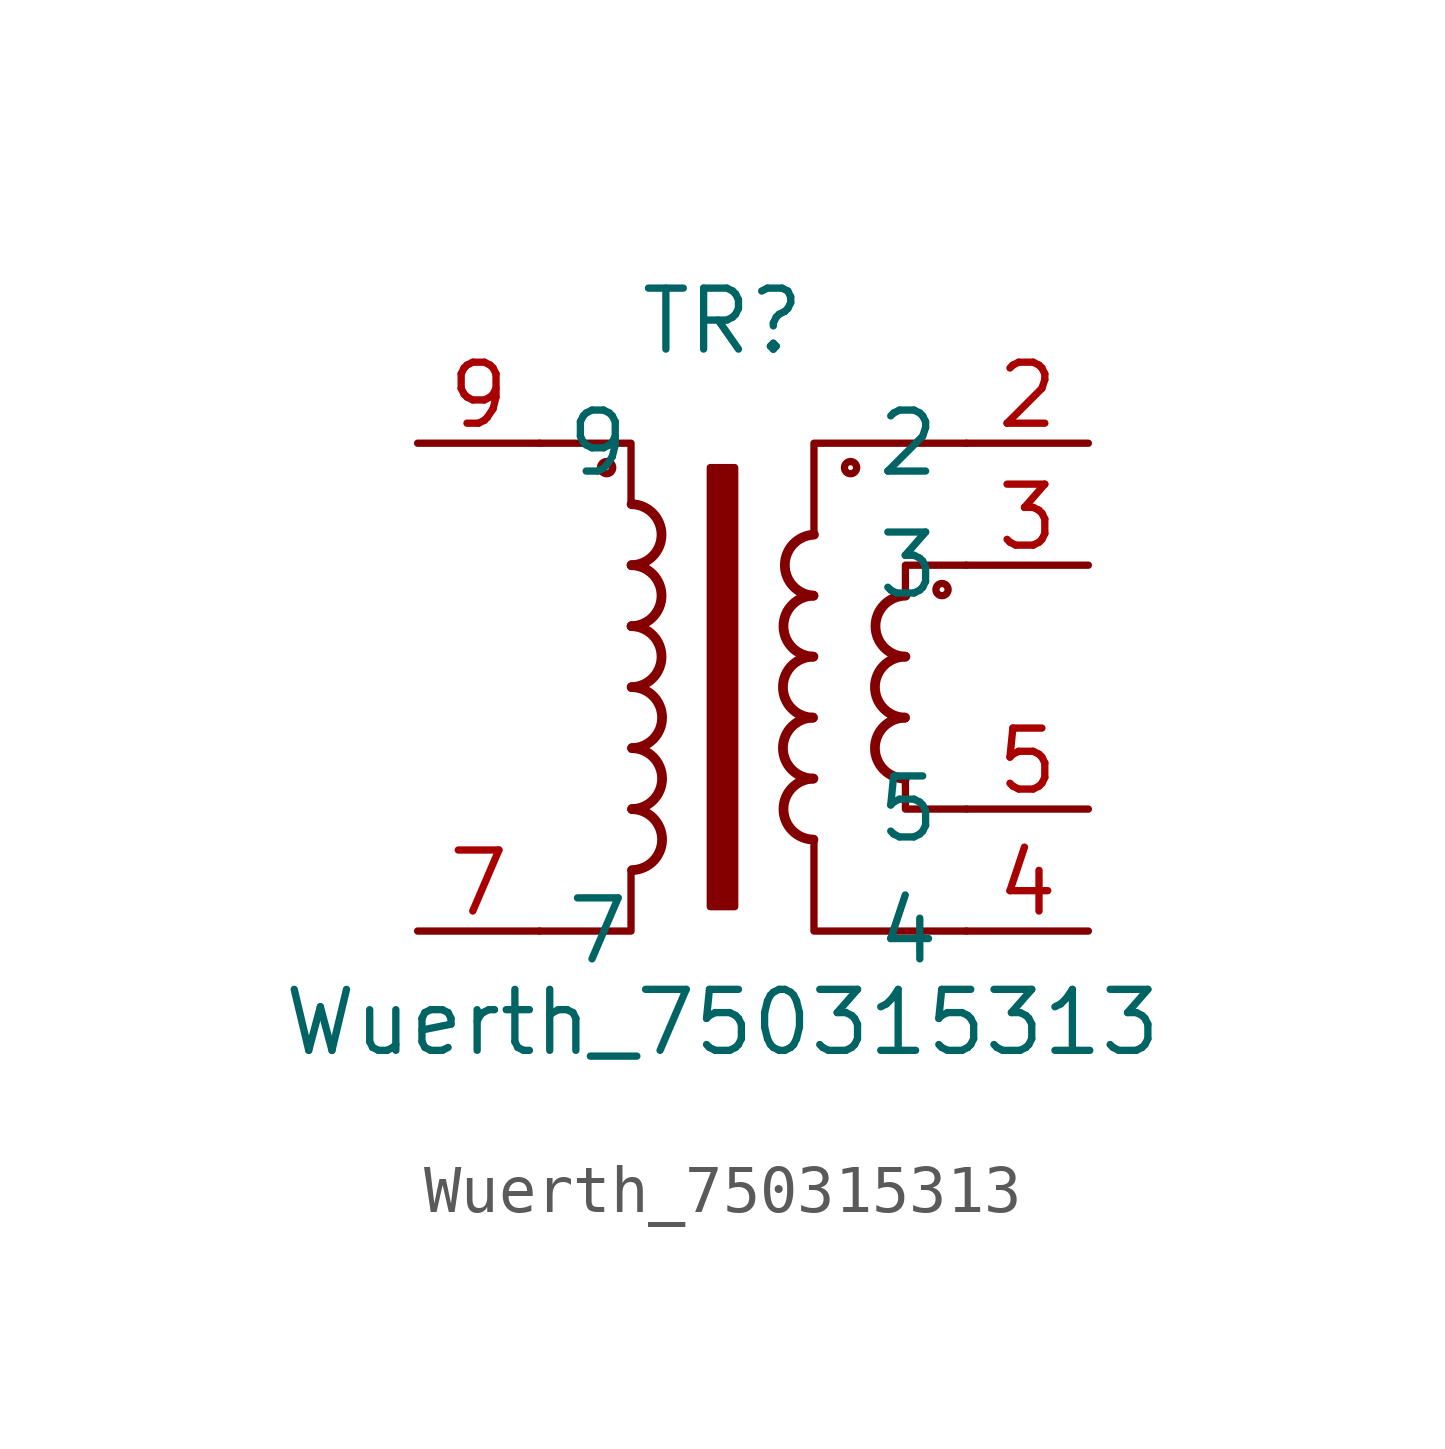
<source format=kicad_sym>
(kicad_symbol_lib
  (version 20211014)
  (generator kicad_symbol_editor)
  (symbol "Wuerth_750315313"
    (property "Reference" "TR"
      (at 0 7.62 0)
      (effects (font (size 1.27 1.27))))
    (property "Value" "Wuerth_750315313"
      (at 0 -6.985 0)
      (effects (font (size 1.27 1.27))))
    (symbol "Wuerth_750315313_0_1"
      (circle (center -2.413 4.572) (radius 0.127) (stroke (width 0) (type default) (color 0 0 0 0)) (fill (type none)))
      (arc (start -1.8937 0) (mid -1.2699 0.635) (end -1.8937 1.27) (stroke (width 0.2032) (type default) (color 0 0 0 0)) (fill (type none)))
      (arc (start -1.8937 1.27) (mid -1.2699 1.905) (end -1.8937 2.54) (stroke (width 0.2032) (type default) (color 0 0 0 0)) (fill (type none)))
      (arc (start -1.8937 2.54) (mid -1.2699 3.175) (end -1.8937 3.81) (stroke (width 0.2032) (type default) (color 0 0 0 0)) (fill (type none)))
      (arc (start -1.8824 -3.81) (mid -1.2586 -3.175) (end -1.8824 -2.54) (stroke (width 0.2032) (type default) (color 0 0 0 0)) (fill (type none)))
      (arc (start -1.8824 -2.54) (mid -1.2586 -1.905) (end -1.8824 -1.27) (stroke (width 0.2032) (type default) (color 0 0 0 0)) (fill (type none)))
      (arc (start -1.8824 -1.27) (mid -1.2586 -0.635) (end -1.8824 0) (stroke (width 0.2032) (type default) (color 0 0 0 0)) (fill (type none)))
      (rectangle (start -0.254 4.572) (end 0.254 -4.572) (stroke (width 0) (type default) (color 0 0 0 0)) (fill (type outline)))
      (polyline (pts (xy -3.81 -5.08) (xy -1.905 -5.08) (xy -1.905 -3.81)) (stroke (width 0) (type default) (color 0 0 0 0)) (fill (type none)))
      (polyline (pts (xy -3.81 5.08) (xy -1.905 5.08) (xy -1.905 3.81)) (stroke (width 0) (type default) (color 0 0 0 0)) (fill (type none)))
      (polyline (pts (xy 3.81 1.905) (xy 3.81 2.54) (xy 5.08 2.54)) (stroke (width 0) (type default) (color 0 0 0 0)) (fill (type none)))
      (polyline (pts (xy 5.08 -5.08) (xy 1.905 -5.08) (xy 1.905 -3.175)) (stroke (width 0) (type default) (color 0 0 0 0)) (fill (type none)))
      (polyline (pts (xy 5.08 -2.54) (xy 3.81 -2.54) (xy 3.81 -1.905)) (stroke (width 0) (type default) (color 0 0 0 0)) (fill (type none)))
      (polyline (pts (xy 5.08 5.08) (xy 1.905 5.08) (xy 1.905 3.175)) (stroke (width 0) (type default) (color 0 0 0 0)) (fill (type none)))
      (arc (start 1.8824 -0.635) (mid 1.2586 -1.27) (end 1.8824 -1.905) (stroke (width 0.2032) (type default) (color 0 0 0 0)) (fill (type none)))
      (arc (start 1.8824 0.635) (mid 1.2586 0) (end 1.8824 -0.635) (stroke (width 0.2032) (type default) (color 0 0 0 0)) (fill (type none)))
      (arc (start 1.8937 -1.905) (mid 1.2699 -2.54) (end 1.8937 -3.175) (stroke (width 0.2032) (type default) (color 0 0 0 0)) (fill (type none)))
      (arc (start 1.8937 1.905) (mid 1.2699 1.27) (end 1.8937 0.635) (stroke (width 0.2032) (type default) (color 0 0 0 0)) (fill (type none)))
      (arc (start 1.905 3.175) (mid 1.2986 2.5454) (end 1.8937 1.905) (stroke (width 0.2032) (type default) (color 0 0 0 0)) (fill (type none)))
      (circle (center 2.667 4.572) (radius 0.127) (stroke (width 0) (type default) (color 0 0 0 0)) (fill (type none)))
      (arc (start 3.7987 -0.635) (mid 3.1749 -1.27) (end 3.7987 -1.905) (stroke (width 0.2032) (type default) (color 0 0 0 0)) (fill (type none)))
      (arc (start 3.7987 0.635) (mid 3.1749 0) (end 3.7987 -0.635) (stroke (width 0.2032) (type default) (color 0 0 0 0)) (fill (type none)))
      (arc (start 3.81 1.905) (mid 3.1862 1.27) (end 3.81 0.635) (stroke (width 0.2032) (type default) (color 0 0 0 0)) (fill (type none)))
      (circle (center 4.572 2.032) (radius 0.127) (stroke (width 0) (type default) (color 0 0 0 0)) (fill (type none))))
    (symbol "Wuerth_750315313_1_1"
      (pin passive line (at 7.62 5.08 180) (length 2.54) (name "2" (effects (font (size 1.27 1.27)))) (number "2" (effects (font (size 1.27 1.27)))))
      (pin passive line (at 7.62 2.54 180) (length 2.54) (name "3" (effects (font (size 1.27 1.27)))) (number "3" (effects (font (size 1.27 1.27)))))
      (pin passive line (at 7.62 -5.08 180) (length 2.54) (name "4" (effects (font (size 1.27 1.27)))) (number "4" (effects (font (size 1.27 1.27)))))
      (pin passive line (at 7.62 -2.54 180) (length 2.54) (name "5" (effects (font (size 1.27 1.27)))) (number "5" (effects (font (size 1.27 1.27)))))
      (pin passive line (at -6.35 -5.08 0) (length 2.54) (name "7" (effects (font (size 1.27 1.27)))) (number "7" (effects (font (size 1.27 1.27)))))
      (pin passive line (at -6.35 5.08 0) (length 2.54) (name "9" (effects (font (size 1.27 1.27)))) (number "9" (effects (font (size 1.27 1.27))))))))
</source>
